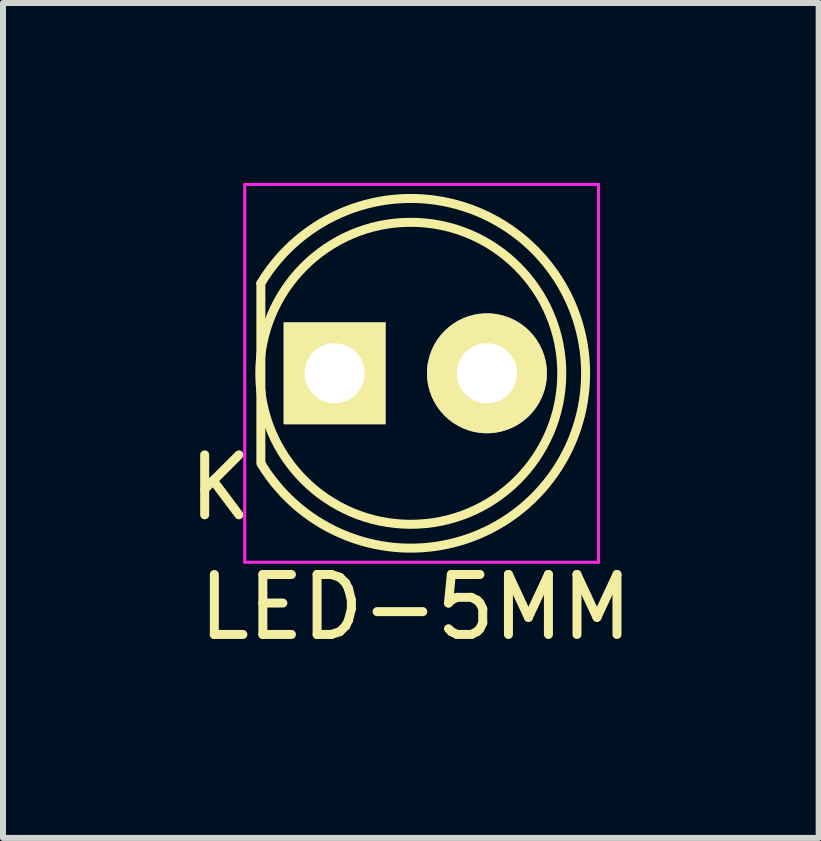
<source format=kicad_pcb>
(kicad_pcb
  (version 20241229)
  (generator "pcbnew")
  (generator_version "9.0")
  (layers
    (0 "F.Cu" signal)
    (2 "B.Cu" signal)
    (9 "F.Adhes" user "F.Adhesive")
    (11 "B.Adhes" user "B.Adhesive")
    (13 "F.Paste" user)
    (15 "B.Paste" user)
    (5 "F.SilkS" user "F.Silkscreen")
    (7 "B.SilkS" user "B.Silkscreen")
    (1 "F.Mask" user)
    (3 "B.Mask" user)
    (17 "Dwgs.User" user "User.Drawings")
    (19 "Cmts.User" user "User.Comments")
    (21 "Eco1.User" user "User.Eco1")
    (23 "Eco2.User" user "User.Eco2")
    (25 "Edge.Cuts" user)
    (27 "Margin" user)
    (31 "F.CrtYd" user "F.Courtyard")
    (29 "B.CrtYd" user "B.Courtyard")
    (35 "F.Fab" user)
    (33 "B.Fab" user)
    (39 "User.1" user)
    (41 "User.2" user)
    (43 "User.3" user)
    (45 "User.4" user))
  (footprint "LED-5MM"
    (layer "F.Cu")
    (at 2.531 3.175)
    (property "Reference" "LED-5MM" (at 1.35 3.9 0) (layer "F.SilkS") (effects (font (size 1 1) (thickness 0.15))))
    (attr through_hole)
    (fp_line (start -1.231 1.5) (end -1.231 -1.5) (stroke (width 0.15) (type solid)) (layer "F.SilkS"))
    (fp_arc (start -1.23134 -1.5) (mid 4.1841 -0.014565) (end -1.216228 1.524904) (stroke (width 0.15) (type solid)) (layer "F.SilkS"))
    (fp_circle (center 1.269 0) (end 0.969 -2.5) (stroke (width 0.15) (type solid)) (fill no) (layer "F.SilkS"))
    (fp_line (start -1.5 -3.15) (end -1.5 3.15) (stroke (width 0.05) (type solid)) (layer "F.CrtYd"))
    (fp_line (start -1.5 -3.15) (end 4.4 -3.15) (stroke (width 0.05) (type solid)) (layer "F.CrtYd"))
    (fp_line (start -1.5 3.15) (end 4.4 3.15) (stroke (width 0.05) (type solid)) (layer "F.CrtYd"))
    (fp_line (start 4.4 -3.15) (end 4.4 3.15) (stroke (width 0.05) (type solid)) (layer "F.CrtYd"))
    (fp_text user "K" (at -1.906 1.905 0) (layer "F.SilkS") (effects (font (size 1 1) (thickness 0.15))))
    (pad "1" thru_hole rect (at -0.001 0 90) (size 1.699 1.699) (drill 1.001) (layers "*.Cu" "*.Mask" "F.SilkS"))
    (pad "2" thru_hole circle (at 2.539 0) (size 1.999 1.999) (drill 1.001) (layers "*.Cu" "*.Mask" "F.SilkS")))
  (gr_rect
    (start -3 -3)
    (end 10.602 10.923)
    (stroke (width 0.1) (type default))
    (fill no)
    (layer "Edge.Cuts")))
</source>
